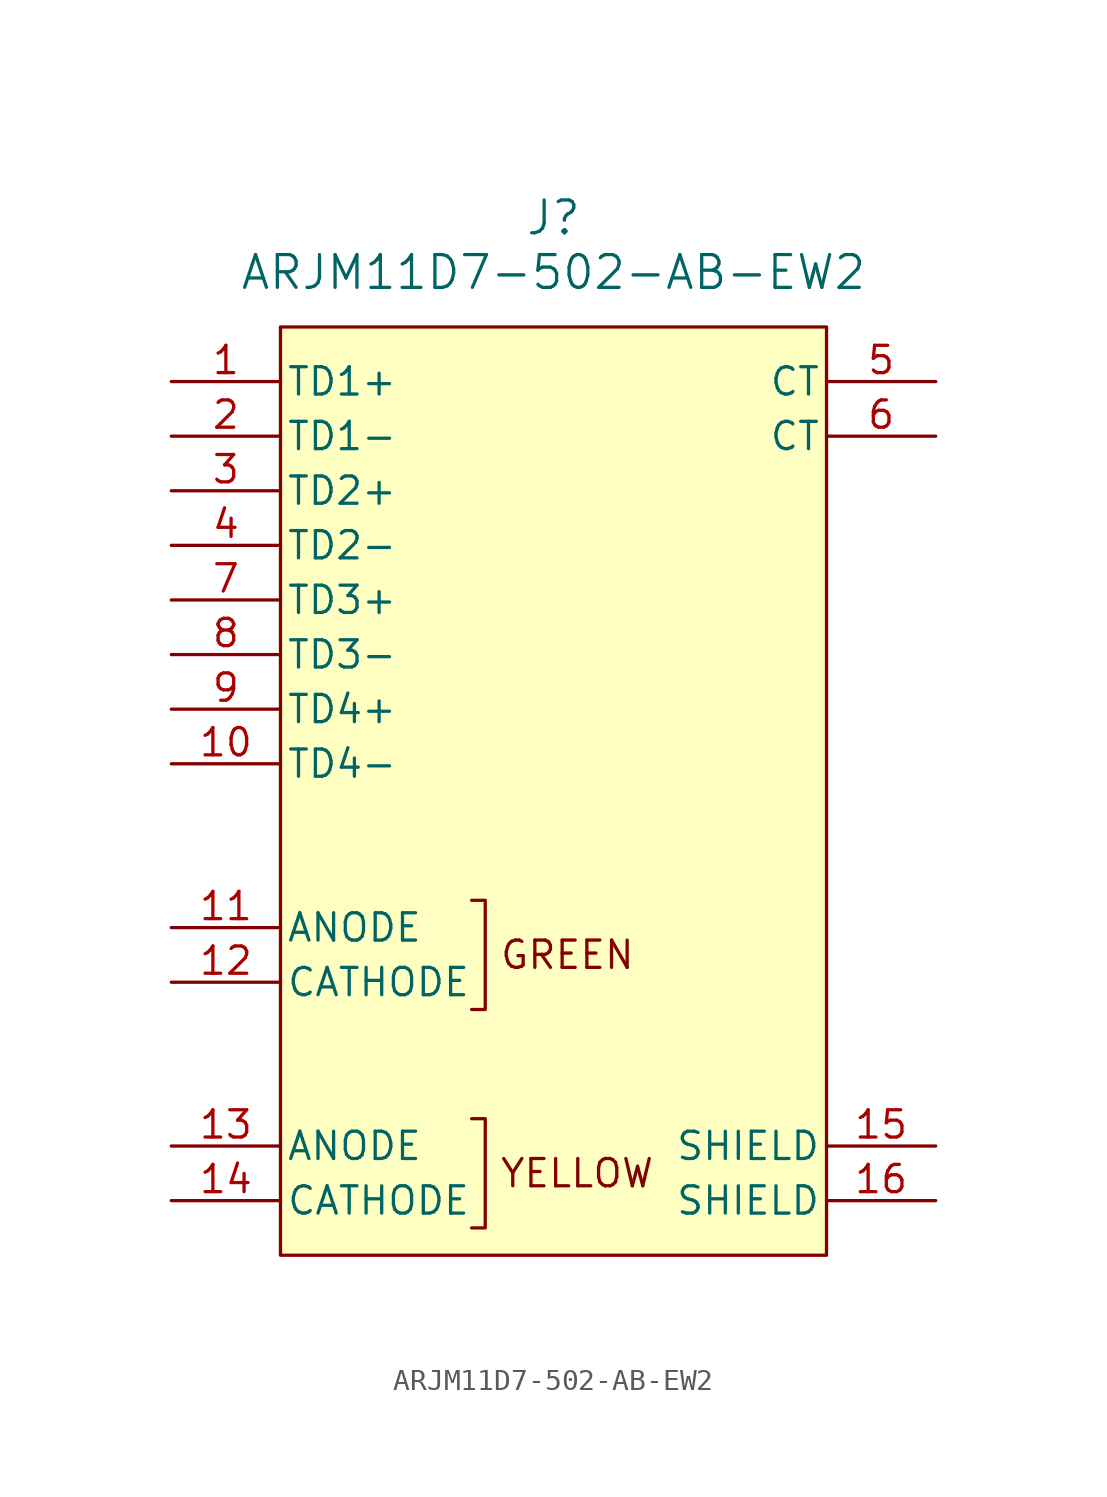
<source format=kicad_sym>
(kicad_symbol_lib
  (version 20241209)
  (generator "kicad_symbol_editor")
  (generator_version "9.0")
  (symbol "ARJM11D7-502-AB-EW2"
    (pin_names
      (offset 0.254))
    (property "Reference" "J"
      (at 0 5.08 0)
      (effects (font (size 1.524 1.524))))
    (property "Value" "ARJM11D7-502-AB-EW2"
      (at 0 2.54 0)
      (effects (font (size 1.524 1.524))))
    (symbol "ARJM11D7-502-AB-EW2_0_1"
      (polyline (pts (xy -3.81 -26.67) (xy -3.175 -26.67) (xy -3.175 -31.75) (xy -3.81 -31.75)) (stroke (width 0) (type default)) (fill (type none)))
      (polyline (pts (xy -3.81 -36.83) (xy -3.175 -36.83) (xy -3.175 -41.91) (xy -3.81 -41.91)) (stroke (width 0) (type default)) (fill (type none)))
      (pin bidirectional line (at -17.78 -2.54 0) (length 5.08) (name "TD1+" (effects (font (size 1.27 1.27)))) (number "1" (effects (font (size 1.27 1.27)))))
      (pin bidirectional line (at -17.78 -5.08 0) (length 5.08) (name "TD1-" (effects (font (size 1.27 1.27)))) (number "2" (effects (font (size 1.27 1.27)))))
      (pin bidirectional line (at -17.78 -7.62 0) (length 5.08) (name "TD2+" (effects (font (size 1.27 1.27)))) (number "3" (effects (font (size 1.27 1.27)))))
      (pin bidirectional line (at -17.78 -10.16 0) (length 5.08) (name "TD2-" (effects (font (size 1.27 1.27)))) (number "4" (effects (font (size 1.27 1.27)))))
      (pin bidirectional line (at -17.78 -12.7 0) (length 5.08) (name "TD3+" (effects (font (size 1.27 1.27)))) (number "7" (effects (font (size 1.27 1.27)))))
      (pin bidirectional line (at -17.78 -15.24 0) (length 5.08) (name "TD3-" (effects (font (size 1.27 1.27)))) (number "8" (effects (font (size 1.27 1.27)))))
      (pin bidirectional line (at -17.78 -17.78 0) (length 5.08) (name "TD4+" (effects (font (size 1.27 1.27)))) (number "9" (effects (font (size 1.27 1.27)))))
      (pin bidirectional line (at -17.78 -20.32 0) (length 5.08) (name "TD4-" (effects (font (size 1.27 1.27)))) (number "10" (effects (font (size 1.27 1.27)))))
      (pin unspecified line (at -17.78 -27.94 0) (length 5.08) (name "ANODE" (effects (font (size 1.27 1.27)))) (number "11" (effects (font (size 1.27 1.27)))))
      (pin unspecified line (at -17.78 -30.48 0) (length 5.08) (name "CATHODE" (effects (font (size 1.27 1.27)))) (number "12" (effects (font (size 1.27 1.27)))))
      (pin unspecified line (at -17.78 -38.1 0) (length 5.08) (name "ANODE" (effects (font (size 1.27 1.27)))) (number "13" (effects (font (size 1.27 1.27)))))
      (pin unspecified line (at -17.78 -40.64 0) (length 5.08) (name "CATHODE" (effects (font (size 1.27 1.27)))) (number "14" (effects (font (size 1.27 1.27)))))
      (pin unspecified line (at 17.78 -2.54 180) (length 5.08) (name "CT" (effects (font (size 1.27 1.27)))) (number "5" (effects (font (size 1.27 1.27)))))
      (pin unspecified line (at 17.78 -5.08 180) (length 5.08) (name "CT" (effects (font (size 1.27 1.27)))) (number "6" (effects (font (size 1.27 1.27))))))
    (symbol "ARJM11D7-502-AB-EW2_1_1"
      (rectangle (start -12.7 0) (end 12.7 -43.18) (stroke (width 0) (type solid)) (fill (type background)))
      (text "GREEN" (at -2.54 -29.21 0) (effects (font (size 1.27 1.27)) (justify left)))
      (text "YELLOW" (at -2.54 -39.37 0) (effects (font (size 1.27 1.27)) (justify left)))
      (pin passive line (at 17.78 -38.1 180) (length 5.08) (name "SHIELD" (effects (font (size 1.27 1.27)))) (number "15" (effects (font (size 1.27 1.27)))))
      (pin passive line (at 17.78 -40.64 180) (length 5.08) (name "SHIELD" (effects (font (size 1.27 1.27)))) (number "16" (effects (font (size 1.27 1.27))))))))
</source>
